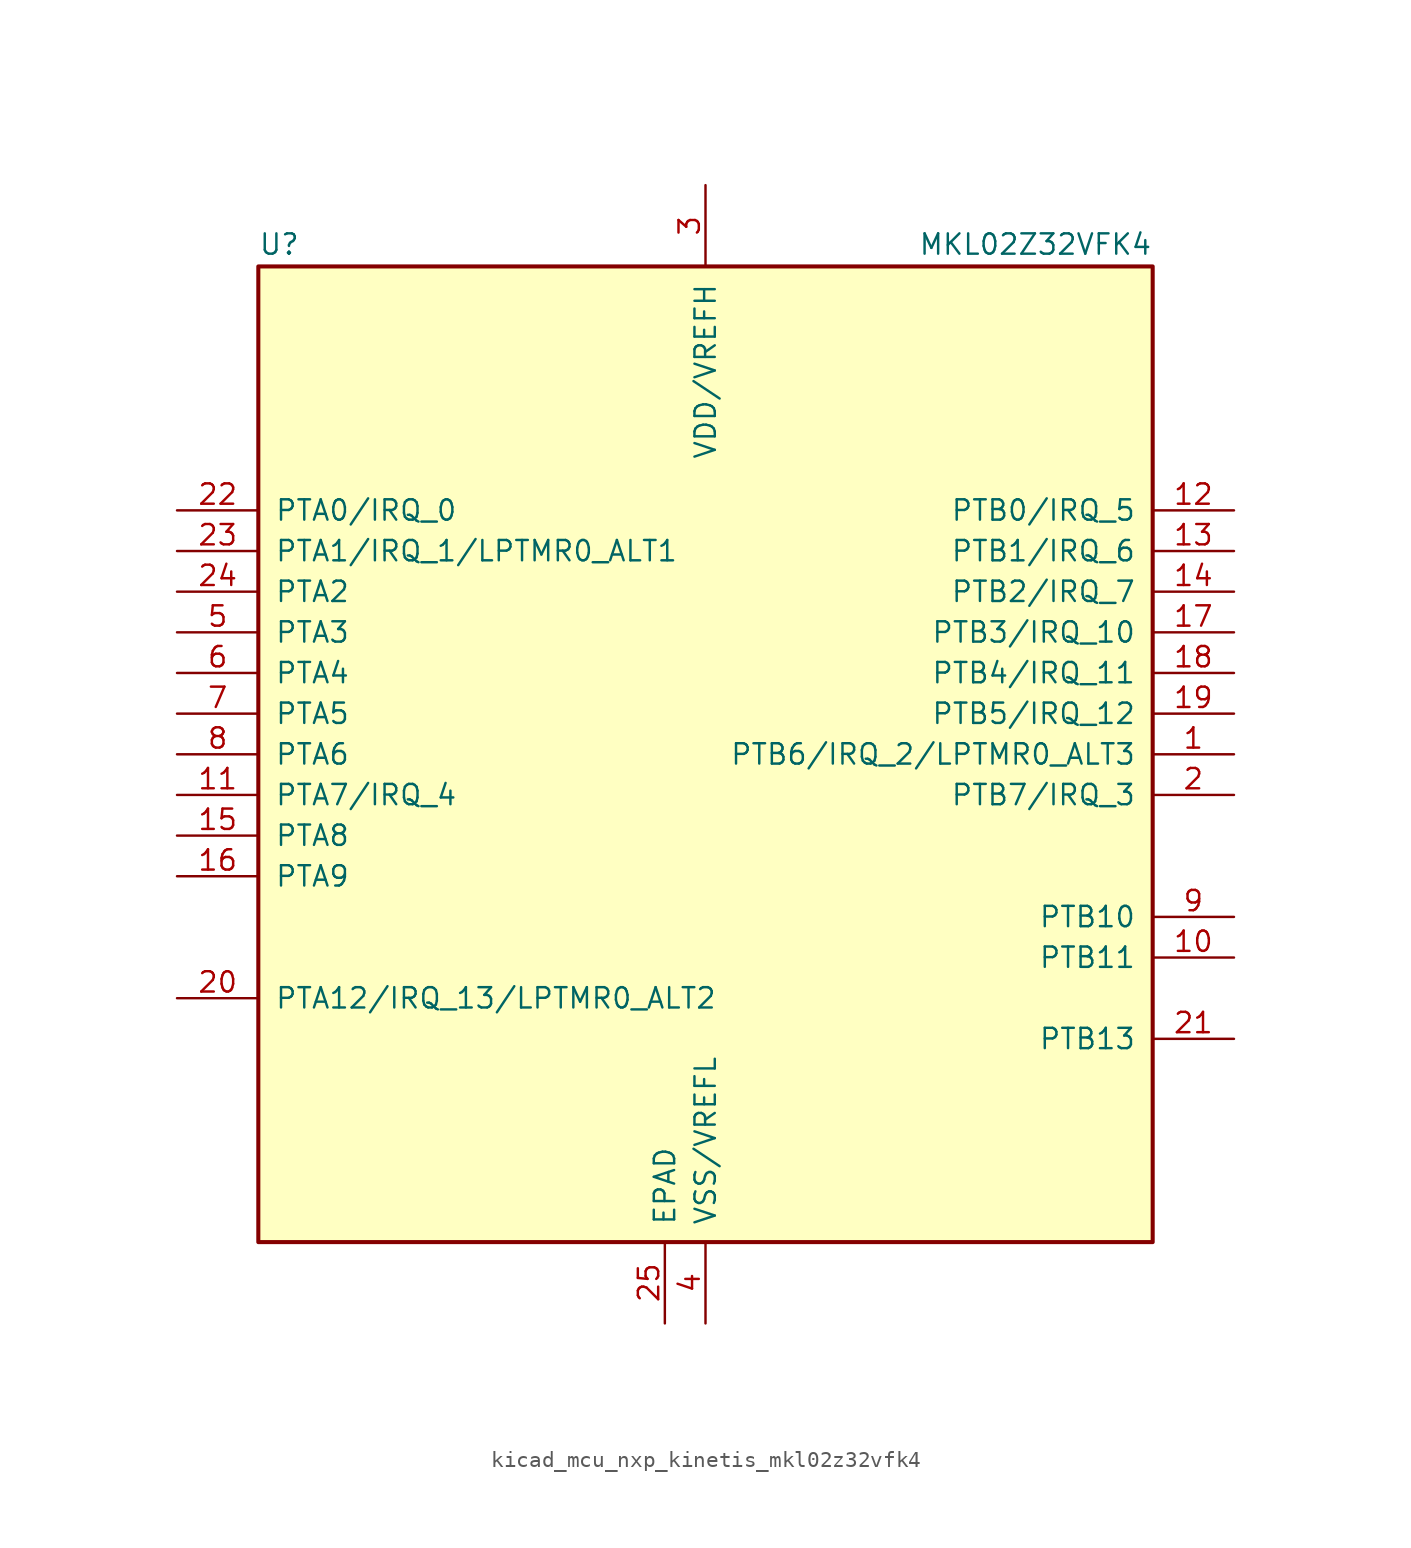
<source format=kicad_sym>
(kicad_symbol_lib
  (version 20220914)
  (generator kicad_symbol_editor)
  (symbol "kicad_mcu_nxp_kinetis_mkl02z32vfk4"
    (pin_names
      (offset 1.016))
    (property "Reference" "U"
      (at -27.94 31.115 0)
      (effects (font (size 1.27 1.27)) (justify left bottom)))
    (property "Value" "MKL02Z32VFK4"
      (at 27.94 31.115 0)
      (effects (font (size 1.27 1.27)) (justify right bottom)))
    (symbol "kicad_mcu_nxp_kinetis_mkl02z32vfk4_0_1"
      (rectangle (start -27.94 30.48) (end 27.94 -30.48) (stroke (width 0.254) (type default)) (fill (type background))))
    (symbol "kicad_mcu_nxp_kinetis_mkl02z32vfk4_1_1"
      (pin bidirectional line (at 33.02 0 180) (length 5.08) (name "PTB6/IRQ_2/LPTMR0_ALT3" (effects (font (size 1.27 1.27)))) (number "1" (effects (font (size 1.27 1.27)))))
      (pin bidirectional line (at 33.02 -12.7 180) (length 5.08) (name "PTB11" (effects (font (size 1.27 1.27)))) (number "10" (effects (font (size 1.27 1.27)))))
      (pin bidirectional line (at -33.02 -2.54 0) (length 5.08) (name "PTA7/IRQ_4" (effects (font (size 1.27 1.27)))) (number "11" (effects (font (size 1.27 1.27)))))
      (pin bidirectional line (at 33.02 15.24 180) (length 5.08) (name "PTB0/IRQ_5" (effects (font (size 1.27 1.27)))) (number "12" (effects (font (size 1.27 1.27)))))
      (pin bidirectional line (at 33.02 12.7 180) (length 5.08) (name "PTB1/IRQ_6" (effects (font (size 1.27 1.27)))) (number "13" (effects (font (size 1.27 1.27)))))
      (pin bidirectional line (at 33.02 10.16 180) (length 5.08) (name "PTB2/IRQ_7" (effects (font (size 1.27 1.27)))) (number "14" (effects (font (size 1.27 1.27)))))
      (pin bidirectional line (at -33.02 -5.08 0) (length 5.08) (name "PTA8" (effects (font (size 1.27 1.27)))) (number "15" (effects (font (size 1.27 1.27)))))
      (pin bidirectional line (at -33.02 -7.62 0) (length 5.08) (name "PTA9" (effects (font (size 1.27 1.27)))) (number "16" (effects (font (size 1.27 1.27)))))
      (pin bidirectional line (at 33.02 7.62 180) (length 5.08) (name "PTB3/IRQ_10" (effects (font (size 1.27 1.27)))) (number "17" (effects (font (size 1.27 1.27)))))
      (pin bidirectional line (at 33.02 5.08 180) (length 5.08) (name "PTB4/IRQ_11" (effects (font (size 1.27 1.27)))) (number "18" (effects (font (size 1.27 1.27)))))
      (pin bidirectional line (at 33.02 2.54 180) (length 5.08) (name "PTB5/IRQ_12" (effects (font (size 1.27 1.27)))) (number "19" (effects (font (size 1.27 1.27)))))
      (pin bidirectional line (at 33.02 -2.54 180) (length 5.08) (name "PTB7/IRQ_3" (effects (font (size 1.27 1.27)))) (number "2" (effects (font (size 1.27 1.27)))))
      (pin bidirectional line (at -33.02 -15.24 0) (length 5.08) (name "PTA12/IRQ_13/LPTMR0_ALT2" (effects (font (size 1.27 1.27)))) (number "20" (effects (font (size 1.27 1.27)))))
      (pin bidirectional line (at 33.02 -17.78 180) (length 5.08) (name "PTB13" (effects (font (size 1.27 1.27)))) (number "21" (effects (font (size 1.27 1.27)))))
      (pin bidirectional line (at -33.02 15.24 0) (length 5.08) (name "PTA0/IRQ_0" (effects (font (size 1.27 1.27)))) (number "22" (effects (font (size 1.27 1.27)))))
      (pin bidirectional line (at -33.02 12.7 0) (length 5.08) (name "PTA1/IRQ_1/LPTMR0_ALT1" (effects (font (size 1.27 1.27)))) (number "23" (effects (font (size 1.27 1.27)))))
      (pin bidirectional line (at -33.02 10.16 0) (length 5.08) (name "PTA2" (effects (font (size 1.27 1.27)))) (number "24" (effects (font (size 1.27 1.27)))))
      (pin power_in line (at -2.54 -35.56 90) (length 5.08) (name "EPAD" (effects (font (size 1.27 1.27)))) (number "25" (effects (font (size 1.27 1.27)))))
      (pin power_in line (at 0 35.56 270) (length 5.08) (name "VDD/VREFH" (effects (font (size 1.27 1.27)))) (number "3" (effects (font (size 1.27 1.27)))))
      (pin power_in line (at 0 -35.56 90) (length 5.08) (name "VSS/VREFL" (effects (font (size 1.27 1.27)))) (number "4" (effects (font (size 1.27 1.27)))))
      (pin bidirectional line (at -33.02 7.62 0) (length 5.08) (name "PTA3" (effects (font (size 1.27 1.27)))) (number "5" (effects (font (size 1.27 1.27)))))
      (pin bidirectional line (at -33.02 5.08 0) (length 5.08) (name "PTA4" (effects (font (size 1.27 1.27)))) (number "6" (effects (font (size 1.27 1.27)))))
      (pin bidirectional line (at -33.02 2.54 0) (length 5.08) (name "PTA5" (effects (font (size 1.27 1.27)))) (number "7" (effects (font (size 1.27 1.27)))))
      (pin bidirectional line (at -33.02 0 0) (length 5.08) (name "PTA6" (effects (font (size 1.27 1.27)))) (number "8" (effects (font (size 1.27 1.27)))))
      (pin bidirectional line (at 33.02 -10.16 180) (length 5.08) (name "PTB10" (effects (font (size 1.27 1.27)))) (number "9" (effects (font (size 1.27 1.27))))))))
</source>
